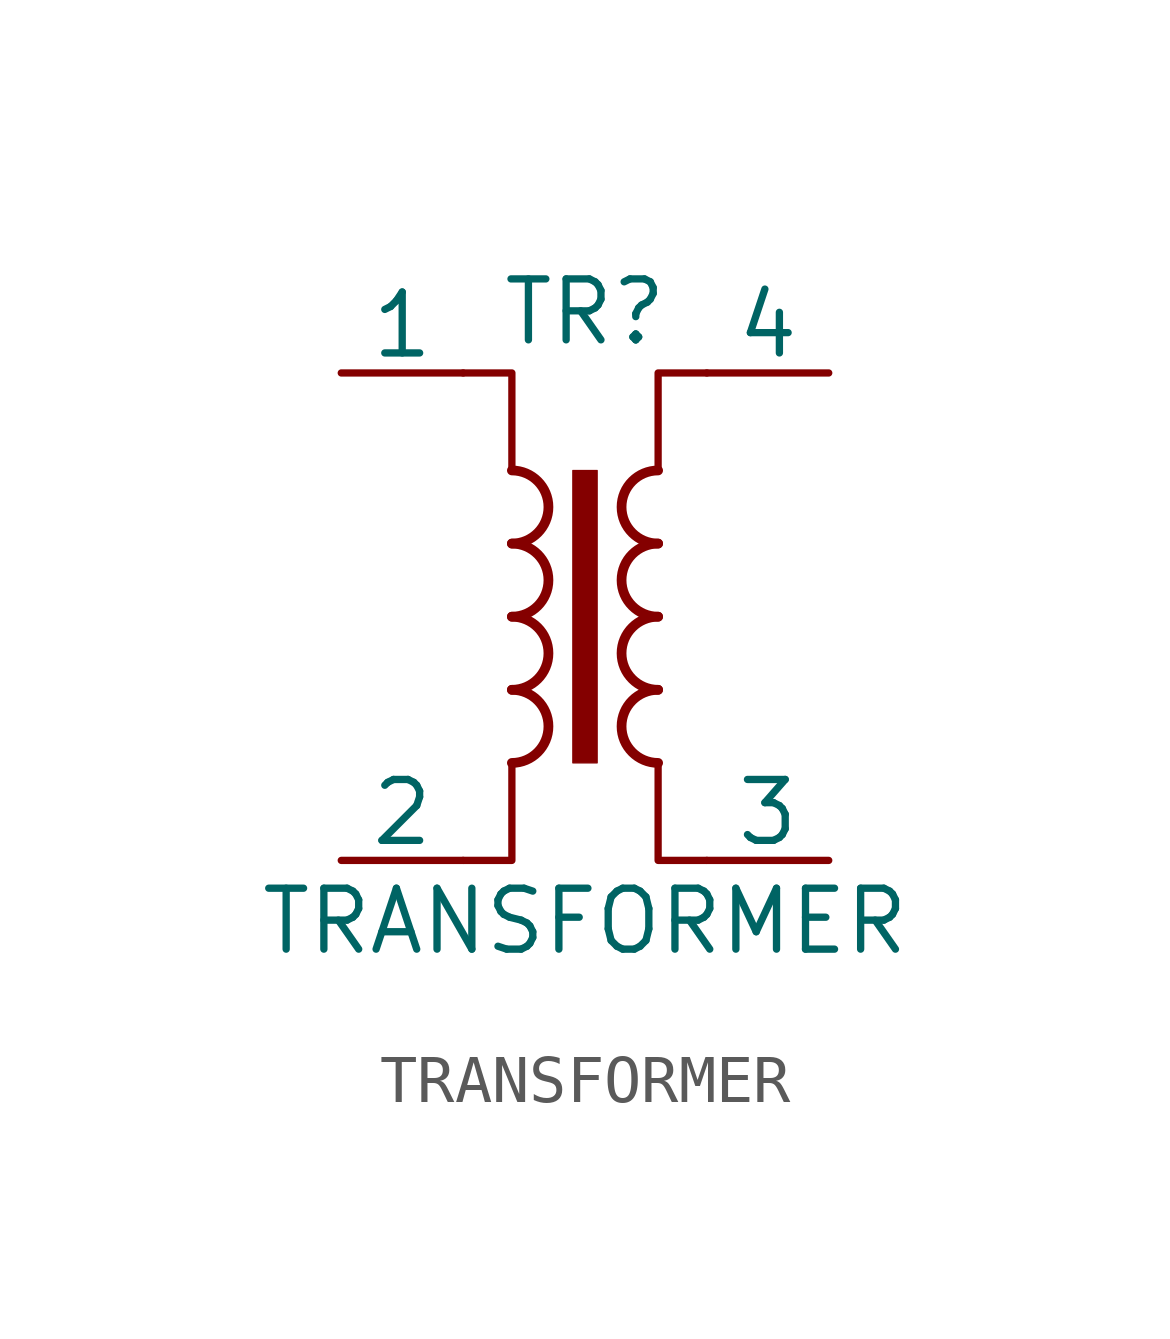
<source format=kicad_sym>
(kicad_symbol_lib
  (version 20220102)
  (generator kicad_symbol_editor)
  (symbol "TRANSFORMER"
    (pin_numbers hide)
    (pin_names
      (offset 0))
    (property "Reference" "TR"
      (at 0 6.35 0)
      (effects (font (size 1.27 1.27))))
    (property "Value" "TRANSFORMER"
      (at 0 -6.35 0)
      (effects (font (size 1.27 1.27))))
    (symbol "TRANSFORMER_0_1"
      (arc (start -1.524 -3.048) (mid -0.762 -2.286) (end -1.524 -1.524) (stroke (width 0.2032) (type default)) (fill (type none)))
      (arc (start -1.524 -1.524) (mid -0.762 -0.762) (end -1.524 0) (stroke (width 0.2032) (type default)) (fill (type none)))
      (arc (start -1.524 0) (mid -0.762 0.762) (end -1.524 1.524) (stroke (width 0.2032) (type default)) (fill (type none)))
      (arc (start -1.524 1.524) (mid -0.762 2.286) (end -1.524 3.048) (stroke (width 0.2032) (type default)) (fill (type none)))
      (rectangle (start -0.254 3.048) (end 0.254 -3.048) (stroke (width 0.025) (type default)) (fill (type outline)))
      (polyline (pts (xy -2.54 5.08) (xy -1.524 5.08) (xy -1.524 3.048) (xy -1.524 3.048)) (stroke (width 0.152) (type default)) (fill (type none)))
      (polyline (pts (xy -1.524 -3.048) (xy -1.524 -5.08) (xy -2.54 -5.08) (xy -2.54 -5.08)) (stroke (width 0.152) (type default)) (fill (type none)))
      (polyline (pts (xy 1.524 3.048) (xy 1.524 5.08) (xy 2.54 5.08) (xy 2.54 5.08)) (stroke (width 0.152) (type default)) (fill (type none)))
      (polyline (pts (xy 2.54 -5.08) (xy 1.524 -5.08) (xy 1.524 -3.048) (xy 1.524 -3.048)) (stroke (width 0.152) (type default)) (fill (type none)))
      (arc (start 1.524 -1.524) (mid 0.762 -2.286) (end 1.524 -3.048) (stroke (width 0.2032) (type default)) (fill (type none)))
      (arc (start 1.524 0) (mid 0.762 -0.762) (end 1.524 -1.524) (stroke (width 0.2032) (type default)) (fill (type none)))
      (arc (start 1.524 1.524) (mid 0.762 0.762) (end 1.524 0) (stroke (width 0.2032) (type default)) (fill (type none)))
      (arc (start 1.524 3.048) (mid 0.762 2.286) (end 1.524 1.524) (stroke (width 0.2032) (type default)) (fill (type none))))
    (symbol "TRANSFORMER_1_1"
      (pin passive line (at -5.08 5.08 0) (length 2.54) (name "1" (effects (font (size 1.27 1.27)))) (number "1" (effects (font (size 1.27 1.27)))))
      (pin passive line (at -5.08 -5.08 0) (length 2.54) (name "2" (effects (font (size 1.27 1.27)))) (number "2" (effects (font (size 1.27 1.27)))))
      (pin passive line (at 5.08 -5.08 180) (length 2.54) (name "3" (effects (font (size 1.27 1.27)))) (number "3" (effects (font (size 1.27 1.27)))))
      (pin passive line (at 5.08 5.08 180) (length 2.54) (name "4" (effects (font (size 1.27 1.27)))) (number "4" (effects (font (size 1.27 1.27))))))))
</source>
